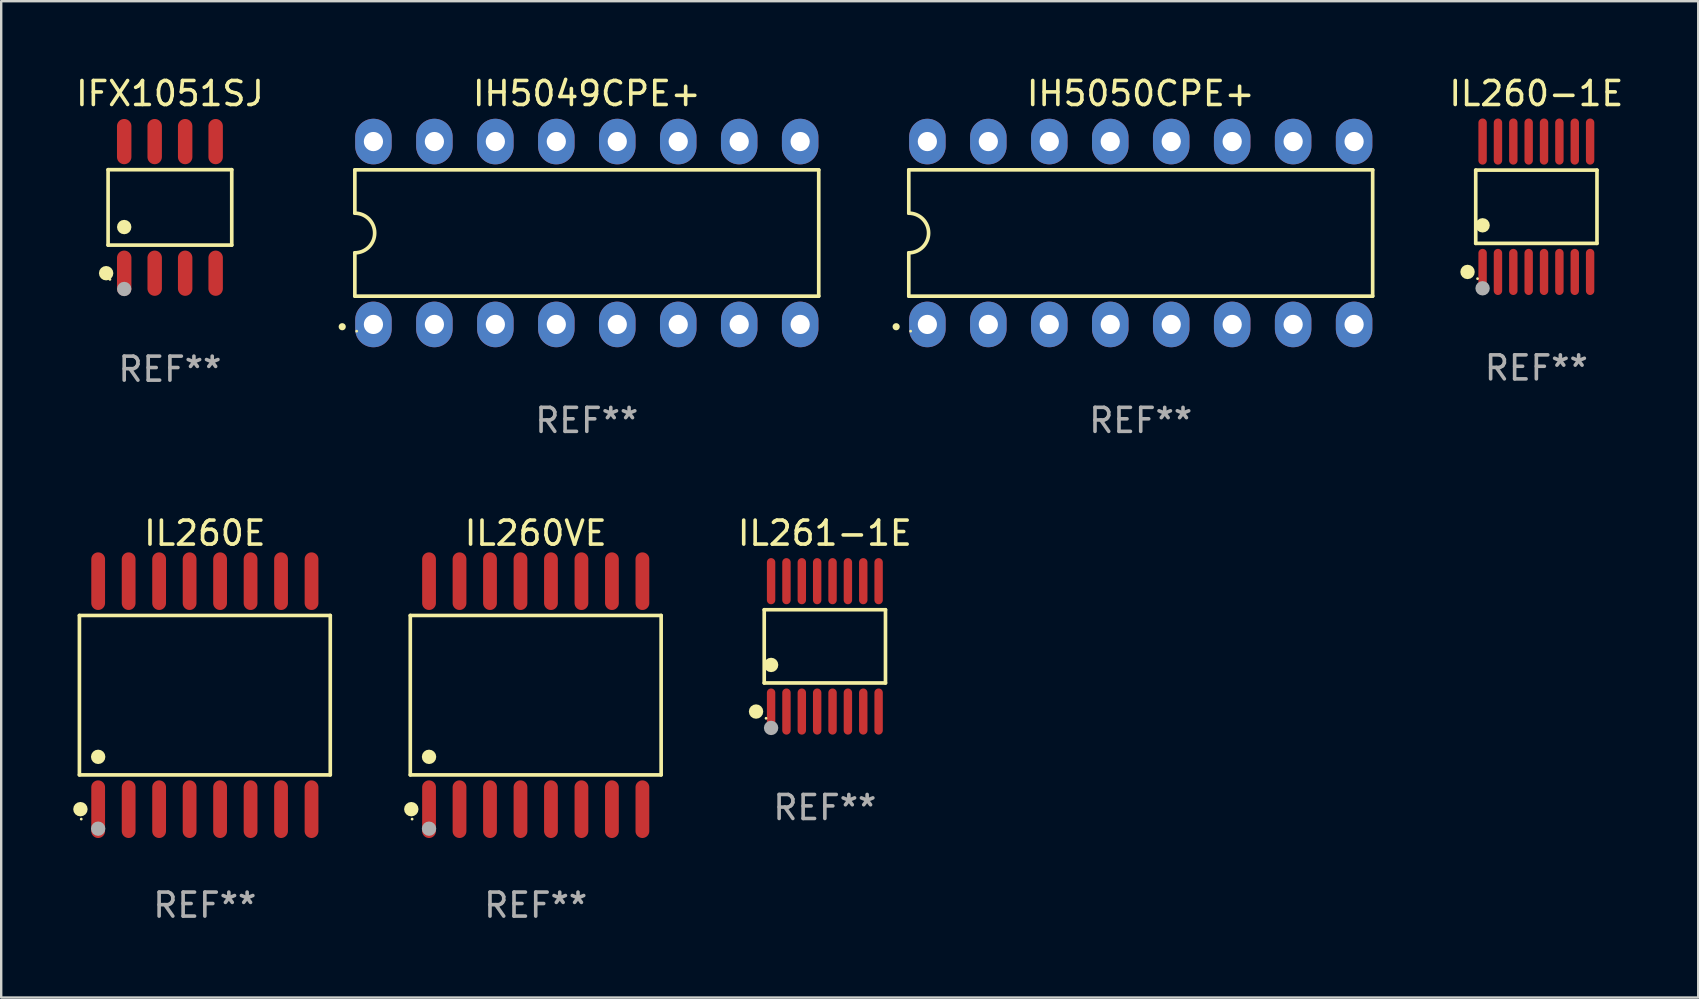
<source format=kicad_pcb>
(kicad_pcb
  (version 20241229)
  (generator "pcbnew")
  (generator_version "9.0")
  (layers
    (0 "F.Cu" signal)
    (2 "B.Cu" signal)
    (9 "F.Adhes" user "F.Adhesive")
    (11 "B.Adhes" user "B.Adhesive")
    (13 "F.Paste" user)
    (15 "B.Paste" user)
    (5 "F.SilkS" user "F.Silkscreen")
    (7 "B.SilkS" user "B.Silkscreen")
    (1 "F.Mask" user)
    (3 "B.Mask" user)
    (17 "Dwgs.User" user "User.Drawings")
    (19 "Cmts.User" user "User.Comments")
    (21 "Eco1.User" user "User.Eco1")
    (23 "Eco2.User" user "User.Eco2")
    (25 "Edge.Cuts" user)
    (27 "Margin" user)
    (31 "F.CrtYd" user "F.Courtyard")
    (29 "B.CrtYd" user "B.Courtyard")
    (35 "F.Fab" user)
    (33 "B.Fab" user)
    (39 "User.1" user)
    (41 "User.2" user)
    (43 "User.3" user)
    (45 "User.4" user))
  (footprint "IL260VE"
    (layer "F.Cu")
    (at 19.271 25.915)
    (property "Reference" "IL260VE" (at 0 -6.75 0) (layer "F.SilkS") (effects (font (size 1 1) (thickness 0.15))))
    (attr through_hole)
    (fp_line (start -5.226 -3.321) (end 5.226 -3.321) (stroke (width 0.152) (type solid)) (layer "F.SilkS"))
    (fp_line (start -5.226 3.321) (end -5.226 -3.321) (stroke (width 0.152) (type solid)) (layer "F.SilkS"))
    (fp_line (start 5.226 -3.321) (end 5.226 3.321) (stroke (width 0.152) (type solid)) (layer "F.SilkS"))
    (fp_line (start 5.226 3.321) (end -5.226 3.321) (stroke (width 0.152) (type solid)) (layer "F.SilkS"))
    (fp_circle (center -5.184 4.75) (end -5.034 4.75) (stroke (width 0.3) (type solid)) (fill no) (layer "F.SilkS"))
    (fp_circle (center -5.15 5.163) (end -5.12 5.163) (stroke (width 0.06) (type solid)) (fill no) (layer "F.SilkS"))
    (fp_circle (center -4.445 2.569) (end -4.295 2.569) (stroke (width 0.3) (type solid)) (fill no) (layer "F.SilkS"))
    (fp_circle (center -4.445 5.563) (end -4.295 5.563) (stroke (width 0.3) (type solid)) (fill no) (layer "F.Fab"))
    (fp_text user "REF**" (at 0 8.75 0) (layer "F.Fab") (effects (font (size 1 1) (thickness 0.15))))
    (pad "1" smd oval (at -4.445 4.75) (size 0.574 2.401) (layers "F.Cu" "F.Mask" "F.Paste"))
    (pad "2" smd oval (at -3.175 4.75) (size 0.574 2.401) (layers "F.Cu" "F.Mask" "F.Paste"))
    (pad "3" smd oval (at -1.905 4.75) (size 0.574 2.401) (layers "F.Cu" "F.Mask" "F.Paste"))
    (pad "4" smd oval (at -0.635 4.75) (size 0.574 2.401) (layers "F.Cu" "F.Mask" "F.Paste"))
    (pad "5" smd oval (at 0.635 4.75) (size 0.574 2.401) (layers "F.Cu" "F.Mask" "F.Paste"))
    (pad "6" smd oval (at 1.905 4.75) (size 0.574 2.401) (layers "F.Cu" "F.Mask" "F.Paste"))
    (pad "7" smd oval (at 3.175 4.75) (size 0.574 2.401) (layers "F.Cu" "F.Mask" "F.Paste"))
    (pad "8" smd oval (at 4.445 4.75) (size 0.574 2.401) (layers "F.Cu" "F.Mask" "F.Paste"))
    (pad "9" smd oval (at 4.445 -4.75) (size 0.574 2.401) (layers "F.Cu" "F.Mask" "F.Paste"))
    (pad "10" smd oval (at 3.175 -4.75) (size 0.574 2.401) (layers "F.Cu" "F.Mask" "F.Paste"))
    (pad "11" smd oval (at 1.905 -4.75) (size 0.574 2.401) (layers "F.Cu" "F.Mask" "F.Paste"))
    (pad "12" smd oval (at 0.635 -4.75) (size 0.574 2.401) (layers "F.Cu" "F.Mask" "F.Paste"))
    (pad "13" smd oval (at -0.635 -4.75) (size 0.574 2.401) (layers "F.Cu" "F.Mask" "F.Paste"))
    (pad "14" smd oval (at -1.905 -4.75) (size 0.574 2.401) (layers "F.Cu" "F.Mask" "F.Paste"))
    (pad "15" smd oval (at -3.175 -4.75) (size 0.574 2.401) (layers "F.Cu" "F.Mask" "F.Paste"))
    (pad "16" smd oval (at -4.445 -4.75) (size 0.574 2.401) (layers "F.Cu" "F.Mask" "F.Paste")))
  (footprint "IFX1051SJ"
    (layer "F.Cu")
    (at 4.03 5.591)
    (property "Reference" "IFX1051SJ" (at 0 -4.742 0) (layer "F.SilkS") (effects (font (size 1 1) (thickness 0.15))))
    (attr through_hole)
    (fp_line (start -2.576 -1.571) (end 2.576 -1.571) (stroke (width 0.152) (type solid)) (layer "F.SilkS"))
    (fp_line (start -2.576 1.571) (end -2.576 -1.571) (stroke (width 0.152) (type solid)) (layer "F.SilkS"))
    (fp_line (start 2.576 -1.571) (end 2.576 1.571) (stroke (width 0.152) (type solid)) (layer "F.SilkS"))
    (fp_line (start 2.576 1.571) (end -2.576 1.571) (stroke (width 0.152) (type solid)) (layer "F.SilkS"))
    (fp_circle (center -2.658 2.742) (end -2.508 2.742) (stroke (width 0.3) (type solid)) (fill no) (layer "F.SilkS"))
    (fp_circle (center -2.5 3) (end -2.47 3) (stroke (width 0.06) (type solid)) (fill no) (layer "F.SilkS"))
    (fp_circle (center -1.905 0.819) (end -1.755 0.819) (stroke (width 0.3) (type solid)) (fill no) (layer "F.SilkS"))
    (fp_circle (center -1.905 3.4) (end -1.755 3.4) (stroke (width 0.3) (type solid)) (fill no) (layer "F.Fab"))
    (fp_text user "REF**" (at 0 6.742 0) (layer "F.Fab") (effects (font (size 1 1) (thickness 0.15))))
    (pad "1" smd oval (at -1.905 2.742) (size 0.602 1.885) (layers "F.Cu" "F.Mask" "F.Paste"))
    (pad "2" smd oval (at -0.635 2.742) (size 0.602 1.885) (layers "F.Cu" "F.Mask" "F.Paste"))
    (pad "3" smd oval (at 0.635 2.742) (size 0.602 1.885) (layers "F.Cu" "F.Mask" "F.Paste"))
    (pad "4" smd oval (at 1.905 2.742) (size 0.602 1.885) (layers "F.Cu" "F.Mask" "F.Paste"))
    (pad "5" smd oval (at 1.905 -2.742) (size 0.602 1.885) (layers "F.Cu" "F.Mask" "F.Paste"))
    (pad "6" smd oval (at 0.635 -2.742) (size 0.602 1.885) (layers "F.Cu" "F.Mask" "F.Paste"))
    (pad "7" smd oval (at -0.635 -2.742) (size 0.602 1.885) (layers "F.Cu" "F.Mask" "F.Paste"))
    (pad "8" smd oval (at -1.905 -2.742) (size 0.602 1.885) (layers "F.Cu" "F.Mask" "F.Paste")))
  (footprint "IH5049CPE+"
    (layer "F.Cu")
    (at 21.399 6.658)
    (property "Reference" "IH5049CPE+" (at 0 -5.81 0) (layer "F.SilkS") (effects (font (size 1 1) (thickness 0.15))))
    (attr through_hole)
    (fp_line (start -9.664 -2.631) (end -9.664 -0.826) (stroke (width 0.152) (type solid)) (layer "F.SilkS"))
    (fp_line (start -9.664 0.826) (end -9.664 2.631) (stroke (width 0.152) (type solid)) (layer "F.SilkS"))
    (fp_line (start -9.664 2.631) (end 9.664 2.631) (stroke (width 0.152) (type solid)) (layer "F.SilkS"))
    (fp_line (start 9.664 -2.631) (end -9.664 -2.631) (stroke (width 0.152) (type solid)) (layer "F.SilkS"))
    (fp_line (start 9.664 2.631) (end 9.664 -2.631) (stroke (width 0.152) (type solid)) (layer "F.SilkS"))
    (fp_arc (start -9.663701 -0.825626) (mid -8.838075 0) (end -9.663701 0.825626) (stroke (width 0.1524) (type solid)) (layer "F.SilkS"))
    (fp_circle (center -10.19 3.905) (end -10.115 3.905) (stroke (width 0.15) (type solid)) (fill no) (layer "F.SilkS"))
    (fp_circle (center -9.588 4.09) (end -9.558 4.09) (stroke (width 0.06) (type solid)) (fill no) (layer "F.SilkS"))
    (fp_text user "REF**" (at 0 7.81 0) (layer "F.Fab") (effects (font (size 1 1) (thickness 0.15))))
    (pad "1" thru_hole oval (at -8.89 3.81) (size 1.52 1.9) (drill 0.8) (layers "*.Cu" "*.Mask"))
    (pad "2" thru_hole oval (at -6.35 3.81) (size 1.52 1.9) (drill 0.8) (layers "*.Cu" "*.Mask"))
    (pad "3" thru_hole oval (at -3.81 3.81) (size 1.52 1.9) (drill 0.8) (layers "*.Cu" "*.Mask"))
    (pad "4" thru_hole oval (at -1.27 3.81) (size 1.52 1.9) (drill 0.8) (layers "*.Cu" "*.Mask"))
    (pad "5" thru_hole oval (at 1.27 3.81) (size 1.52 1.9) (drill 0.8) (layers "*.Cu" "*.Mask"))
    (pad "6" thru_hole oval (at 3.81 3.81) (size 1.52 1.9) (drill 0.8) (layers "*.Cu" "*.Mask"))
    (pad "7" thru_hole oval (at 6.35 3.81) (size 1.52 1.9) (drill 0.8) (layers "*.Cu" "*.Mask"))
    (pad "8" thru_hole oval (at 8.89 3.81) (size 1.52 1.9) (drill 0.8) (layers "*.Cu" "*.Mask"))
    (pad "9" thru_hole oval (at 8.89 -3.81) (size 1.52 1.9) (drill 0.8) (layers "*.Cu" "*.Mask"))
    (pad "10" thru_hole oval (at 6.35 -3.81) (size 1.52 1.9) (drill 0.8) (layers "*.Cu" "*.Mask"))
    (pad "11" thru_hole oval (at 3.81 -3.81) (size 1.52 1.9) (drill 0.8) (layers "*.Cu" "*.Mask"))
    (pad "12" thru_hole oval (at 1.27 -3.81) (size 1.52 1.9) (drill 0.8) (layers "*.Cu" "*.Mask"))
    (pad "13" thru_hole oval (at -1.27 -3.81) (size 1.52 1.9) (drill 0.8) (layers "*.Cu" "*.Mask"))
    (pad "14" thru_hole oval (at -3.81 -3.81) (size 1.52 1.9) (drill 0.8) (layers "*.Cu" "*.Mask"))
    (pad "15" thru_hole oval (at -6.35 -3.81) (size 1.52 1.9) (drill 0.8) (layers "*.Cu" "*.Mask"))
    (pad "16" thru_hole oval (at -8.89 -3.81) (size 1.52 1.9) (drill 0.8) (layers "*.Cu" "*.Mask")))
  (footprint "IL261-1E"
    (layer "F.Cu")
    (at 31.318 23.881)
    (property "Reference" "IL261-1E" (at 0 -4.716 0) (layer "F.SilkS") (effects (font (size 1 1) (thickness 0.15))))
    (attr through_hole)
    (fp_line (start -2.526 -1.526) (end 2.526 -1.526) (stroke (width 0.152) (type solid)) (layer "F.SilkS"))
    (fp_line (start -2.526 1.526) (end -2.526 -1.526) (stroke (width 0.152) (type solid)) (layer "F.SilkS"))
    (fp_line (start 2.526 -1.526) (end 2.526 1.526) (stroke (width 0.152) (type solid)) (layer "F.SilkS"))
    (fp_line (start 2.526 1.526) (end -2.526 1.526) (stroke (width 0.152) (type solid)) (layer "F.SilkS"))
    (fp_circle (center -2.867 2.716) (end -2.717 2.716) (stroke (width 0.3) (type solid)) (fill no) (layer "F.SilkS"))
    (fp_circle (center -2.45 2.997) (end -2.42 2.997) (stroke (width 0.06) (type solid)) (fill no) (layer "F.SilkS"))
    (fp_circle (center -2.24 0.774) (end -2.09 0.774) (stroke (width 0.3) (type solid)) (fill no) (layer "F.SilkS"))
    (fp_circle (center -2.24 3.398) (end -2.09 3.398) (stroke (width 0.3) (type solid)) (fill no) (layer "F.Fab"))
    (fp_text user "REF**" (at 0 6.716 0) (layer "F.Fab") (effects (font (size 1 1) (thickness 0.15))))
    (pad "1" smd oval (at -2.24 2.716) (size 0.35 1.922) (layers "F.Cu" "F.Mask" "F.Paste"))
    (pad "2" smd oval (at -1.6 2.716) (size 0.35 1.922) (layers "F.Cu" "F.Mask" "F.Paste"))
    (pad "3" smd oval (at -0.96 2.716) (size 0.35 1.922) (layers "F.Cu" "F.Mask" "F.Paste"))
    (pad "4" smd oval (at -0.32 2.716) (size 0.35 1.922) (layers "F.Cu" "F.Mask" "F.Paste"))
    (pad "5" smd oval (at 0.32 2.716) (size 0.35 1.922) (layers "F.Cu" "F.Mask" "F.Paste"))
    (pad "6" smd oval (at 0.96 2.716) (size 0.35 1.922) (layers "F.Cu" "F.Mask" "F.Paste"))
    (pad "7" smd oval (at 1.6 2.716) (size 0.35 1.922) (layers "F.Cu" "F.Mask" "F.Paste"))
    (pad "8" smd oval (at 2.24 2.716) (size 0.35 1.922) (layers "F.Cu" "F.Mask" "F.Paste"))
    (pad "9" smd oval (at 2.24 -2.716) (size 0.35 1.922) (layers "F.Cu" "F.Mask" "F.Paste"))
    (pad "10" smd oval (at 1.6 -2.716) (size 0.35 1.922) (layers "F.Cu" "F.Mask" "F.Paste"))
    (pad "11" smd oval (at 0.96 -2.716) (size 0.35 1.922) (layers "F.Cu" "F.Mask" "F.Paste"))
    (pad "12" smd oval (at 0.32 -2.716) (size 0.35 1.922) (layers "F.Cu" "F.Mask" "F.Paste"))
    (pad "13" smd oval (at -0.32 -2.716) (size 0.35 1.922) (layers "F.Cu" "F.Mask" "F.Paste"))
    (pad "14" smd oval (at -0.96 -2.716) (size 0.35 1.922) (layers "F.Cu" "F.Mask" "F.Paste"))
    (pad "15" smd oval (at -1.6 -2.716) (size 0.35 1.922) (layers "F.Cu" "F.Mask" "F.Paste"))
    (pad "16" smd oval (at -2.24 -2.716) (size 0.35 1.922) (layers "F.Cu" "F.Mask" "F.Paste")))
  (footprint "IH5050CPE+"
    (layer "F.Cu")
    (at 44.479 6.658)
    (property "Reference" "IH5050CPE+" (at 0 -5.81 0) (layer "F.SilkS") (effects (font (size 1 1) (thickness 0.15))))
    (attr through_hole)
    (fp_line (start -9.664 -2.631) (end -9.664 -0.826) (stroke (width 0.152) (type solid)) (layer "F.SilkS"))
    (fp_line (start -9.664 0.826) (end -9.664 2.631) (stroke (width 0.152) (type solid)) (layer "F.SilkS"))
    (fp_line (start -9.664 2.631) (end 9.664 2.631) (stroke (width 0.152) (type solid)) (layer "F.SilkS"))
    (fp_line (start 9.664 -2.631) (end -9.664 -2.631) (stroke (width 0.152) (type solid)) (layer "F.SilkS"))
    (fp_line (start 9.664 2.631) (end 9.664 -2.631) (stroke (width 0.152) (type solid)) (layer "F.SilkS"))
    (fp_arc (start -9.663701 -0.825626) (mid -8.838075 0) (end -9.663701 0.825626) (stroke (width 0.1524) (type solid)) (layer "F.SilkS"))
    (fp_circle (center -10.19 3.905) (end -10.115 3.905) (stroke (width 0.15) (type solid)) (fill no) (layer "F.SilkS"))
    (fp_circle (center -9.588 4.09) (end -9.558 4.09) (stroke (width 0.06) (type solid)) (fill no) (layer "F.SilkS"))
    (fp_text user "REF**" (at 0 7.81 0) (layer "F.Fab") (effects (font (size 1 1) (thickness 0.15))))
    (pad "1" thru_hole oval (at -8.89 3.81) (size 1.52 1.9) (drill 0.8) (layers "*.Cu" "*.Mask"))
    (pad "2" thru_hole oval (at -6.35 3.81) (size 1.52 1.9) (drill 0.8) (layers "*.Cu" "*.Mask"))
    (pad "3" thru_hole oval (at -3.81 3.81) (size 1.52 1.9) (drill 0.8) (layers "*.Cu" "*.Mask"))
    (pad "4" thru_hole oval (at -1.27 3.81) (size 1.52 1.9) (drill 0.8) (layers "*.Cu" "*.Mask"))
    (pad "5" thru_hole oval (at 1.27 3.81) (size 1.52 1.9) (drill 0.8) (layers "*.Cu" "*.Mask"))
    (pad "6" thru_hole oval (at 3.81 3.81) (size 1.52 1.9) (drill 0.8) (layers "*.Cu" "*.Mask"))
    (pad "7" thru_hole oval (at 6.35 3.81) (size 1.52 1.9) (drill 0.8) (layers "*.Cu" "*.Mask"))
    (pad "8" thru_hole oval (at 8.89 3.81) (size 1.52 1.9) (drill 0.8) (layers "*.Cu" "*.Mask"))
    (pad "9" thru_hole oval (at 8.89 -3.81) (size 1.52 1.9) (drill 0.8) (layers "*.Cu" "*.Mask"))
    (pad "10" thru_hole oval (at 6.35 -3.81) (size 1.52 1.9) (drill 0.8) (layers "*.Cu" "*.Mask"))
    (pad "11" thru_hole oval (at 3.81 -3.81) (size 1.52 1.9) (drill 0.8) (layers "*.Cu" "*.Mask"))
    (pad "12" thru_hole oval (at 1.27 -3.81) (size 1.52 1.9) (drill 0.8) (layers "*.Cu" "*.Mask"))
    (pad "13" thru_hole oval (at -1.27 -3.81) (size 1.52 1.9) (drill 0.8) (layers "*.Cu" "*.Mask"))
    (pad "14" thru_hole oval (at -3.81 -3.81) (size 1.52 1.9) (drill 0.8) (layers "*.Cu" "*.Mask"))
    (pad "15" thru_hole oval (at -6.35 -3.81) (size 1.52 1.9) (drill 0.8) (layers "*.Cu" "*.Mask"))
    (pad "16" thru_hole oval (at -8.89 -3.81) (size 1.52 1.9) (drill 0.8) (layers "*.Cu" "*.Mask")))
  (footprint "IL260E"
    (layer "F.Cu")
    (at 5.485 25.915)
    (property "Reference" "IL260E" (at 0 -6.75 0) (layer "F.SilkS") (effects (font (size 1 1) (thickness 0.15))))
    (attr through_hole)
    (fp_line (start -5.226 -3.321) (end 5.226 -3.321) (stroke (width 0.152) (type solid)) (layer "F.SilkS"))
    (fp_line (start -5.226 3.321) (end -5.226 -3.321) (stroke (width 0.152) (type solid)) (layer "F.SilkS"))
    (fp_line (start 5.226 -3.321) (end 5.226 3.321) (stroke (width 0.152) (type solid)) (layer "F.SilkS"))
    (fp_line (start 5.226 3.321) (end -5.226 3.321) (stroke (width 0.152) (type solid)) (layer "F.SilkS"))
    (fp_circle (center -5.184 4.75) (end -5.034 4.75) (stroke (width 0.3) (type solid)) (fill no) (layer "F.SilkS"))
    (fp_circle (center -5.15 5.163) (end -5.12 5.163) (stroke (width 0.06) (type solid)) (fill no) (layer "F.SilkS"))
    (fp_circle (center -4.445 2.569) (end -4.295 2.569) (stroke (width 0.3) (type solid)) (fill no) (layer "F.SilkS"))
    (fp_circle (center -4.445 5.563) (end -4.295 5.563) (stroke (width 0.3) (type solid)) (fill no) (layer "F.Fab"))
    (fp_text user "REF**" (at 0 8.75 0) (layer "F.Fab") (effects (font (size 1 1) (thickness 0.15))))
    (pad "1" smd oval (at -4.445 4.75) (size 0.574 2.401) (layers "F.Cu" "F.Mask" "F.Paste"))
    (pad "2" smd oval (at -3.175 4.75) (size 0.574 2.401) (layers "F.Cu" "F.Mask" "F.Paste"))
    (pad "3" smd oval (at -1.905 4.75) (size 0.574 2.401) (layers "F.Cu" "F.Mask" "F.Paste"))
    (pad "4" smd oval (at -0.635 4.75) (size 0.574 2.401) (layers "F.Cu" "F.Mask" "F.Paste"))
    (pad "5" smd oval (at 0.635 4.75) (size 0.574 2.401) (layers "F.Cu" "F.Mask" "F.Paste"))
    (pad "6" smd oval (at 1.905 4.75) (size 0.574 2.401) (layers "F.Cu" "F.Mask" "F.Paste"))
    (pad "7" smd oval (at 3.175 4.75) (size 0.574 2.401) (layers "F.Cu" "F.Mask" "F.Paste"))
    (pad "8" smd oval (at 4.445 4.75) (size 0.574 2.401) (layers "F.Cu" "F.Mask" "F.Paste"))
    (pad "9" smd oval (at 4.445 -4.75) (size 0.574 2.401) (layers "F.Cu" "F.Mask" "F.Paste"))
    (pad "10" smd oval (at 3.175 -4.75) (size 0.574 2.401) (layers "F.Cu" "F.Mask" "F.Paste"))
    (pad "11" smd oval (at 1.905 -4.75) (size 0.574 2.401) (layers "F.Cu" "F.Mask" "F.Paste"))
    (pad "12" smd oval (at 0.635 -4.75) (size 0.574 2.401) (layers "F.Cu" "F.Mask" "F.Paste"))
    (pad "13" smd oval (at -0.635 -4.75) (size 0.574 2.401) (layers "F.Cu" "F.Mask" "F.Paste"))
    (pad "14" smd oval (at -1.905 -4.75) (size 0.574 2.401) (layers "F.Cu" "F.Mask" "F.Paste"))
    (pad "15" smd oval (at -3.175 -4.75) (size 0.574 2.401) (layers "F.Cu" "F.Mask" "F.Paste"))
    (pad "16" smd oval (at -4.445 -4.75) (size 0.574 2.401) (layers "F.Cu" "F.Mask" "F.Paste")))
  (footprint "IL260-1E"
    (layer "F.Cu")
    (at 60.963 5.564)
    (property "Reference" "IL260-1E" (at 0 -4.716 0) (layer "F.SilkS") (effects (font (size 1 1) (thickness 0.15))))
    (attr through_hole)
    (fp_line (start -2.526 -1.526) (end 2.526 -1.526) (stroke (width 0.152) (type solid)) (layer "F.SilkS"))
    (fp_line (start -2.526 1.526) (end -2.526 -1.526) (stroke (width 0.152) (type solid)) (layer "F.SilkS"))
    (fp_line (start 2.526 -1.526) (end 2.526 1.526) (stroke (width 0.152) (type solid)) (layer "F.SilkS"))
    (fp_line (start 2.526 1.526) (end -2.526 1.526) (stroke (width 0.152) (type solid)) (layer "F.SilkS"))
    (fp_circle (center -2.867 2.716) (end -2.717 2.716) (stroke (width 0.3) (type solid)) (fill no) (layer "F.SilkS"))
    (fp_circle (center -2.45 2.997) (end -2.42 2.997) (stroke (width 0.06) (type solid)) (fill no) (layer "F.SilkS"))
    (fp_circle (center -2.24 0.774) (end -2.09 0.774) (stroke (width 0.3) (type solid)) (fill no) (layer "F.SilkS"))
    (fp_circle (center -2.24 3.398) (end -2.09 3.398) (stroke (width 0.3) (type solid)) (fill no) (layer "F.Fab"))
    (fp_text user "REF**" (at 0 6.716 0) (layer "F.Fab") (effects (font (size 1 1) (thickness 0.15))))
    (pad "1" smd oval (at -2.24 2.716) (size 0.35 1.922) (layers "F.Cu" "F.Mask" "F.Paste"))
    (pad "2" smd oval (at -1.6 2.716) (size 0.35 1.922) (layers "F.Cu" "F.Mask" "F.Paste"))
    (pad "3" smd oval (at -0.96 2.716) (size 0.35 1.922) (layers "F.Cu" "F.Mask" "F.Paste"))
    (pad "4" smd oval (at -0.32 2.716) (size 0.35 1.922) (layers "F.Cu" "F.Mask" "F.Paste"))
    (pad "5" smd oval (at 0.32 2.716) (size 0.35 1.922) (layers "F.Cu" "F.Mask" "F.Paste"))
    (pad "6" smd oval (at 0.96 2.716) (size 0.35 1.922) (layers "F.Cu" "F.Mask" "F.Paste"))
    (pad "7" smd oval (at 1.6 2.716) (size 0.35 1.922) (layers "F.Cu" "F.Mask" "F.Paste"))
    (pad "8" smd oval (at 2.24 2.716) (size 0.35 1.922) (layers "F.Cu" "F.Mask" "F.Paste"))
    (pad "9" smd oval (at 2.24 -2.716) (size 0.35 1.922) (layers "F.Cu" "F.Mask" "F.Paste"))
    (pad "10" smd oval (at 1.6 -2.716) (size 0.35 1.922) (layers "F.Cu" "F.Mask" "F.Paste"))
    (pad "11" smd oval (at 0.96 -2.716) (size 0.35 1.922) (layers "F.Cu" "F.Mask" "F.Paste"))
    (pad "12" smd oval (at 0.32 -2.716) (size 0.35 1.922) (layers "F.Cu" "F.Mask" "F.Paste"))
    (pad "13" smd oval (at -0.32 -2.716) (size 0.35 1.922) (layers "F.Cu" "F.Mask" "F.Paste"))
    (pad "14" smd oval (at -0.96 -2.716) (size 0.35 1.922) (layers "F.Cu" "F.Mask" "F.Paste"))
    (pad "15" smd oval (at -1.6 -2.716) (size 0.35 1.922) (layers "F.Cu" "F.Mask" "F.Paste"))
    (pad "16" smd oval (at -2.24 -2.716) (size 0.35 1.922) (layers "F.Cu" "F.Mask" "F.Paste")))
  (gr_rect
    (start -3 -3)
    (end 67.707 38.514)
    (stroke (width 0.1) (type default))
    (fill no)
    (layer "Edge.Cuts")))
</source>
